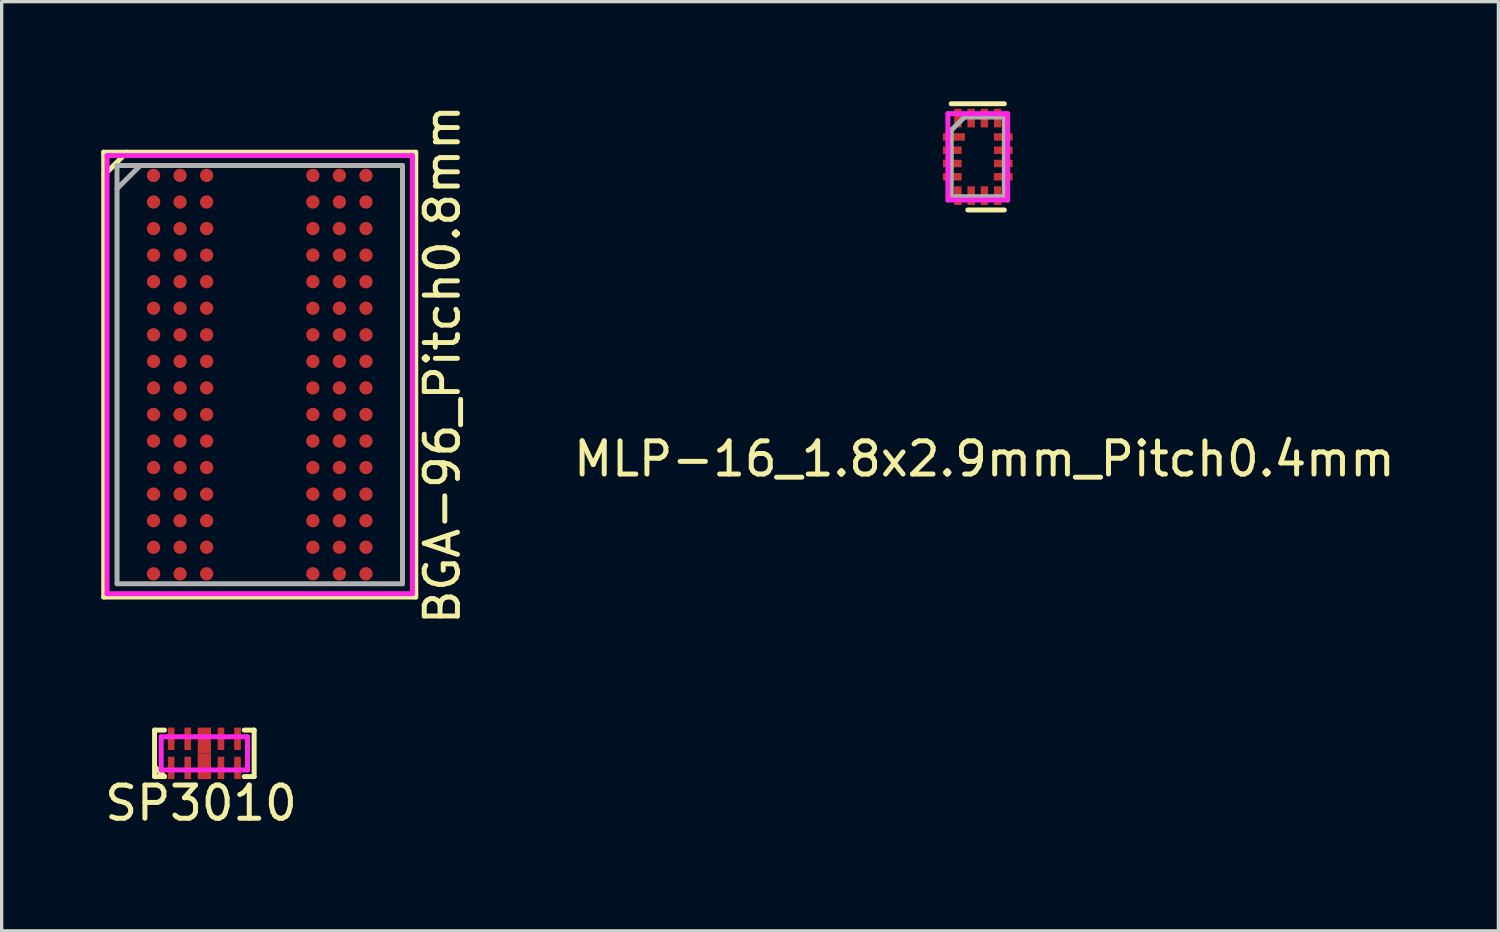
<source format=kicad_pcb>
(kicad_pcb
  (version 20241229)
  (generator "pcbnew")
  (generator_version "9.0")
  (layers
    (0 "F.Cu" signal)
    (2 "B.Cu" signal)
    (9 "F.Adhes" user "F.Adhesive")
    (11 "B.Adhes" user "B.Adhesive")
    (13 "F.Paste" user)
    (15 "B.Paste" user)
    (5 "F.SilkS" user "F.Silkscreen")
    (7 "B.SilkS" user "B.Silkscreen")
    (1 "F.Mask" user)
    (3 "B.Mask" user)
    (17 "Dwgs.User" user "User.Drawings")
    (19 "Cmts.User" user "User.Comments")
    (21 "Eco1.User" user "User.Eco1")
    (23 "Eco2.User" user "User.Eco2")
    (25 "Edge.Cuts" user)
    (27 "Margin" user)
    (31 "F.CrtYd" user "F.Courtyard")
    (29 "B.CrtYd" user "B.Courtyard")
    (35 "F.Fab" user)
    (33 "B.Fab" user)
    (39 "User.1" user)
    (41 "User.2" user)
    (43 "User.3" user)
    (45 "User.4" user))
  (footprint "MLP-16_1.8x2.9mm_Pitch0.4mm"
    (layer "F.Cu")
    (at 26.405 1.675)
    (property "Reference" "MLP-16_1.8x2.9mm_Pitch0.4mm" (at 0.2 9.1 0) (layer "F.SilkS") (effects (font (size 1 1) (thickness 0.15))))
    (attr through_hole)
    (fp_line (start -0.8 -1.6) (end 0.8 -1.6) (stroke (width 0.15) (type solid)) (layer "F.SilkS"))
    (fp_line (start -0.3 1.6) (end 0.8 1.6) (stroke (width 0.15) (type solid)) (layer "F.SilkS"))
    (fp_line (start -0.9 -1.3) (end 0.9 -1.3) (stroke (width 0.15) (type solid)) (layer "F.CrtYd"))
    (fp_line (start -0.9 1.3) (end -0.9 -1.3) (stroke (width 0.15) (type solid)) (layer "F.CrtYd"))
    (fp_line (start 0.9 -1.3) (end 0.9 1.3) (stroke (width 0.15) (type solid)) (layer "F.CrtYd"))
    (fp_line (start 0.9 1.3) (end -0.9 1.3) (stroke (width 0.15) (type solid)) (layer "F.CrtYd"))
    (fp_line (start -0.8 -0.8) (end -0.4 -1.2) (stroke (width 0.15) (type solid)) (layer "F.Fab"))
    (fp_line (start -0.8 1.2) (end -0.8 -0.8) (stroke (width 0.15) (type solid)) (layer "F.Fab"))
    (fp_line (start -0.4 -1.2) (end 0.8 -1.2) (stroke (width 0.15) (type solid)) (layer "F.Fab"))
    (fp_line (start 0.8 -1.2) (end 0.8 1.2) (stroke (width 0.15) (type solid)) (layer "F.Fab"))
    (fp_line (start 0.8 1.2) (end -0.8 1.2) (stroke (width 0.15) (type solid)) (layer "F.Fab"))
    (pad "1" smd rect (at -0.719 -0.6) (size 0.663 0.225) (layers "F.Cu" "F.Mask" "F.Paste"))
    (pad "2" smd rect (at -0.768 -0.2) (size 0.563 0.225) (layers "F.Cu" "F.Mask" "F.Paste"))
    (pad "3" smd rect (at -0.768 0.2) (size 0.563 0.225) (layers "F.Cu" "F.Mask" "F.Paste"))
    (pad "4" smd rect (at -0.768 0.6) (size 0.563 0.225) (layers "F.Cu" "F.Mask" "F.Paste"))
    (pad "5" smd rect (at -0.6 1.169 90) (size 0.563 0.225) (layers "F.Cu" "F.Mask" "F.Paste"))
    (pad "6" smd rect (at -0.2 1.169 90) (size 0.563 0.225) (layers "F.Cu" "F.Mask" "F.Paste"))
    (pad "7" smd rect (at 0.2 1.169 90) (size 0.563 0.225) (layers "F.Cu" "F.Mask" "F.Paste"))
    (pad "8" smd rect (at 0.6 1.169 90) (size 0.563 0.225) (layers "F.Cu" "F.Mask" "F.Paste"))
    (pad "9" smd rect (at 0.768 0.6) (size 0.563 0.225) (layers "F.Cu" "F.Mask" "F.Paste"))
    (pad "10" smd rect (at 0.768 0.2) (size 0.563 0.225) (layers "F.Cu" "F.Mask" "F.Paste"))
    (pad "11" smd rect (at 0.768 -0.2) (size 0.563 0.225) (layers "F.Cu" "F.Mask" "F.Paste"))
    (pad "12" smd rect (at 0.768 -0.6) (size 0.563 0.225) (layers "F.Cu" "F.Mask" "F.Paste"))
    (pad "13" smd rect (at 0.6 -1.169 90) (size 0.563 0.225) (layers "F.Cu" "F.Mask" "F.Paste"))
    (pad "14" smd rect (at 0.2 -1.169 90) (size 0.563 0.225) (layers "F.Cu" "F.Mask" "F.Paste"))
    (pad "15" smd rect (at -0.2 -1.169 90) (size 0.563 0.225) (layers "F.Cu" "F.Mask" "F.Paste"))
    (pad "16" smd rect (at -0.6 -1.169 90) (size 0.563 0.225) (layers "F.Cu" "F.Mask" "F.Paste")))
  (footprint "SP3010"
    (layer "F.Cu")
    (at 3.106 19.644)
    (property "Reference" "SP3010" (at -0.1 1.5 0) (layer "F.SilkS") (effects (font (size 1 1) (thickness 0.15))))
    (attr through_hole)
    (fp_line (start -1.5 -0.7) (end -1.2 -0.7) (stroke (width 0.15) (type solid)) (layer "F.SilkS"))
    (fp_line (start -1.5 0.4) (end -1.2 0.7) (stroke (width 0.15) (type solid)) (layer "F.SilkS"))
    (fp_line (start -1.5 0.7) (end -1.5 -0.7) (stroke (width 0.15) (type solid)) (layer "F.SilkS"))
    (fp_line (start -1.2 0.7) (end -1.5 0.7) (stroke (width 0.15) (type solid)) (layer "F.SilkS"))
    (fp_line (start 1.2 -0.7) (end 1.5 -0.7) (stroke (width 0.15) (type solid)) (layer "F.SilkS"))
    (fp_line (start 1.5 -0.7) (end 1.5 0.7) (stroke (width 0.15) (type solid)) (layer "F.SilkS"))
    (fp_line (start 1.5 0.7) (end 1.2 0.7) (stroke (width 0.15) (type solid)) (layer "F.SilkS"))
    (fp_line (start -1.3 -0.5) (end 1.3 -0.5) (stroke (width 0.15) (type solid)) (layer "F.CrtYd"))
    (fp_line (start -1.3 0.5) (end -1.3 -0.5) (stroke (width 0.15) (type solid)) (layer "F.CrtYd"))
    (fp_line (start 1.3 -0.5) (end 1.3 0.5) (stroke (width 0.15) (type solid)) (layer "F.CrtYd"))
    (fp_line (start 1.3 0.5) (end -1.3 0.5) (stroke (width 0.15) (type solid)) (layer "F.CrtYd"))
    (pad "1" smd rect (at -1 0.438) (size 0.2 0.675) (layers "F.Cu" "F.Mask" "F.Paste"))
    (pad "2" smd rect (at -0.5 0.438) (size 0.2 0.675) (layers "F.Cu" "F.Mask" "F.Paste"))
    (pad "3" smd rect (at 0 0.388) (size 0.4 0.775) (layers "F.Cu" "F.Mask" "F.Paste"))
    (pad "4" smd rect (at 0.5 0.438) (size 0.2 0.675) (layers "F.Cu" "F.Mask" "F.Paste"))
    (pad "5" smd rect (at 1 0.438) (size 0.2 0.675) (layers "F.Cu" "F.Mask" "F.Paste"))
    (pad "6" smd rect (at 1 -0.438) (size 0.2 0.675) (layers "F.Cu" "F.Mask" "F.Paste"))
    (pad "7" smd rect (at 0.5 -0.438) (size 0.2 0.675) (layers "F.Cu" "F.Mask" "F.Paste"))
    (pad "8" smd rect (at 0 -0.388) (size 0.4 0.775) (layers "F.Cu" "F.Mask" "F.Paste"))
    (pad "9" smd rect (at -0.5 -0.438) (size 0.2 0.675) (layers "F.Cu" "F.Mask" "F.Paste"))
    (pad "10" smd rect (at -1 -0.438) (size 0.2 0.675) (layers "F.Cu" "F.Mask" "F.Paste")))
  (footprint "BGA-96_Pitch0.8mm"
    (layer "F.Cu")
    (at 4.775 8.235)
    (property "Reference" "BGA-96_Pitch0.8mm" (at 5.5 -0.3 90) (layer "F.SilkS") (effects (font (size 1 1) (thickness 0.15))))
    (attr smd)
    (fp_line (start -4.7 -6.7) (end -4.7 6.7) (stroke (width 0.15) (type solid)) (layer "F.SilkS"))
    (fp_line (start -4.7 -6) (end -4 -6.7) (stroke (width 0.15) (type solid)) (layer "F.SilkS"))
    (fp_line (start -4.7 6.7) (end 4.7 6.7) (stroke (width 0.15) (type solid)) (layer "F.SilkS"))
    (fp_line (start 4.7 -6.7) (end -4.7 -6.7) (stroke (width 0.15) (type solid)) (layer "F.SilkS"))
    (fp_line (start 4.7 6.7) (end 4.7 -6.7) (stroke (width 0.15) (type solid)) (layer "F.SilkS"))
    (fp_line (start -4.6 -6.6) (end -4.6 6.6) (stroke (width 0.15) (type solid)) (layer "F.CrtYd"))
    (fp_line (start -4.6 6.6) (end 4.6 6.6) (stroke (width 0.15) (type solid)) (layer "F.CrtYd"))
    (fp_line (start 4.6 -6.6) (end -4.6 -6.6) (stroke (width 0.15) (type solid)) (layer "F.CrtYd"))
    (fp_line (start 4.6 6.6) (end 4.6 -6.6) (stroke (width 0.15) (type solid)) (layer "F.CrtYd"))
    (fp_line (start -4.3 -6.3) (end -4.3 6.3) (stroke (width 0.15) (type solid)) (layer "F.Fab"))
    (fp_line (start -4.3 6.3) (end 4.3 6.3) (stroke (width 0.15) (type solid)) (layer "F.Fab"))
    (fp_line (start -3.6 -6.3) (end -4.3 -5.6) (stroke (width 0.15) (type solid)) (layer "F.Fab"))
    (fp_line (start 4.3 -6.3) (end -4.3 -6.3) (stroke (width 0.15) (type solid)) (layer "F.Fab"))
    (fp_line (start 4.3 6.3) (end 4.3 -6.3) (stroke (width 0.15) (type solid)) (layer "F.Fab"))
    (pad "A1" smd circle (at -3.2 -6) (size 0.4 0.4) (layers "F.Cu" "F.Mask" "F.Paste"))
    (pad "A2" smd circle (at -2.4 -6) (size 0.4 0.4) (layers "F.Cu" "F.Mask" "F.Paste"))
    (pad "A3" smd circle (at -1.6 -6) (size 0.4 0.4) (layers "F.Cu" "F.Mask" "F.Paste"))
    (pad "A7" smd circle (at 1.6 -6) (size 0.4 0.4) (layers "F.Cu" "F.Mask" "F.Paste"))
    (pad "A8" smd circle (at 2.4 -6) (size 0.4 0.4) (layers "F.Cu" "F.Mask" "F.Paste"))
    (pad "A9" smd circle (at 3.2 -6) (size 0.4 0.4) (layers "F.Cu" "F.Mask" "F.Paste"))
    (pad "B1" smd circle (at -3.2 -5.2) (size 0.4 0.4) (layers "F.Cu" "F.Mask" "F.Paste"))
    (pad "B2" smd circle (at -2.4 -5.2) (size 0.4 0.4) (layers "F.Cu" "F.Mask" "F.Paste"))
    (pad "B3" smd circle (at -1.6 -5.2) (size 0.4 0.4) (layers "F.Cu" "F.Mask" "F.Paste"))
    (pad "B7" smd circle (at 1.6 -5.2) (size 0.4 0.4) (layers "F.Cu" "F.Mask" "F.Paste"))
    (pad "B8" smd circle (at 2.4 -5.2) (size 0.4 0.4) (layers "F.Cu" "F.Mask" "F.Paste"))
    (pad "B9" smd circle (at 3.2 -5.2) (size 0.4 0.4) (layers "F.Cu" "F.Mask" "F.Paste"))
    (pad "C1" smd circle (at -3.2 -4.4) (size 0.4 0.4) (layers "F.Cu" "F.Mask" "F.Paste"))
    (pad "C2" smd circle (at -2.4 -4.4) (size 0.4 0.4) (layers "F.Cu" "F.Mask" "F.Paste"))
    (pad "C3" smd circle (at -1.6 -4.4) (size 0.4 0.4) (layers "F.Cu" "F.Mask" "F.Paste"))
    (pad "C7" smd circle (at 1.6 -4.4) (size 0.4 0.4) (layers "F.Cu" "F.Mask" "F.Paste"))
    (pad "C8" smd circle (at 2.4 -4.4) (size 0.4 0.4) (layers "F.Cu" "F.Mask" "F.Paste"))
    (pad "C9" smd circle (at 3.2 -4.4) (size 0.4 0.4) (layers "F.Cu" "F.Mask" "F.Paste"))
    (pad "D1" smd circle (at -3.2 -3.6) (size 0.4 0.4) (layers "F.Cu" "F.Mask" "F.Paste"))
    (pad "D2" smd circle (at -2.4 -3.6) (size 0.4 0.4) (layers "F.Cu" "F.Mask" "F.Paste"))
    (pad "D3" smd circle (at -1.6 -3.6) (size 0.4 0.4) (layers "F.Cu" "F.Mask" "F.Paste"))
    (pad "D7" smd circle (at 1.6 -3.6) (size 0.4 0.4) (layers "F.Cu" "F.Mask" "F.Paste"))
    (pad "D8" smd circle (at 2.4 -3.6) (size 0.4 0.4) (layers "F.Cu" "F.Mask" "F.Paste"))
    (pad "D9" smd circle (at 3.2 -3.6) (size 0.4 0.4) (layers "F.Cu" "F.Mask" "F.Paste"))
    (pad "E1" smd circle (at -3.2 -2.8) (size 0.4 0.4) (layers "F.Cu" "F.Mask" "F.Paste"))
    (pad "E2" smd circle (at -2.4 -2.8) (size 0.4 0.4) (layers "F.Cu" "F.Mask" "F.Paste"))
    (pad "E3" smd circle (at -1.6 -2.8) (size 0.4 0.4) (layers "F.Cu" "F.Mask" "F.Paste"))
    (pad "E7" smd circle (at 1.6 -2.8) (size 0.4 0.4) (layers "F.Cu" "F.Mask" "F.Paste"))
    (pad "E8" smd circle (at 2.4 -2.8) (size 0.4 0.4) (layers "F.Cu" "F.Mask" "F.Paste"))
    (pad "E9" smd circle (at 3.2 -2.8) (size 0.4 0.4) (layers "F.Cu" "F.Mask" "F.Paste"))
    (pad "F1" smd circle (at -3.2 -2) (size 0.4 0.4) (layers "F.Cu" "F.Mask" "F.Paste"))
    (pad "F2" smd circle (at -2.4 -2) (size 0.4 0.4) (layers "F.Cu" "F.Mask" "F.Paste"))
    (pad "F3" smd circle (at -1.6 -2) (size 0.4 0.4) (layers "F.Cu" "F.Mask" "F.Paste"))
    (pad "F7" smd circle (at 1.6 -2) (size 0.4 0.4) (layers "F.Cu" "F.Mask" "F.Paste"))
    (pad "F8" smd circle (at 2.4 -2) (size 0.4 0.4) (layers "F.Cu" "F.Mask" "F.Paste"))
    (pad "F9" smd circle (at 3.2 -2) (size 0.4 0.4) (layers "F.Cu" "F.Mask" "F.Paste"))
    (pad "G1" smd circle (at -3.2 -1.2) (size 0.4 0.4) (layers "F.Cu" "F.Mask" "F.Paste"))
    (pad "G2" smd circle (at -2.4 -1.2) (size 0.4 0.4) (layers "F.Cu" "F.Mask" "F.Paste"))
    (pad "G3" smd circle (at -1.6 -1.2) (size 0.4 0.4) (layers "F.Cu" "F.Mask" "F.Paste"))
    (pad "G7" smd circle (at 1.6 -1.2) (size 0.4 0.4) (layers "F.Cu" "F.Mask" "F.Paste"))
    (pad "G8" smd circle (at 2.4 -1.2) (size 0.4 0.4) (layers "F.Cu" "F.Mask" "F.Paste"))
    (pad "G9" smd circle (at 3.2 -1.2) (size 0.4 0.4) (layers "F.Cu" "F.Mask" "F.Paste"))
    (pad "H1" smd circle (at -3.2 -0.4) (size 0.4 0.4) (layers "F.Cu" "F.Mask" "F.Paste"))
    (pad "H2" smd circle (at -2.4 -0.4) (size 0.4 0.4) (layers "F.Cu" "F.Mask" "F.Paste"))
    (pad "H3" smd circle (at -1.6 -0.4) (size 0.4 0.4) (layers "F.Cu" "F.Mask" "F.Paste"))
    (pad "H7" smd circle (at 1.6 -0.4) (size 0.4 0.4) (layers "F.Cu" "F.Mask" "F.Paste"))
    (pad "H8" smd circle (at 2.4 -0.4) (size 0.4 0.4) (layers "F.Cu" "F.Mask" "F.Paste"))
    (pad "H9" smd circle (at 3.2 -0.4) (size 0.4 0.4) (layers "F.Cu" "F.Mask" "F.Paste"))
    (pad "J1" smd circle (at -3.2 0.4) (size 0.4 0.4) (layers "F.Cu" "F.Mask" "F.Paste"))
    (pad "J2" smd circle (at -2.4 0.4) (size 0.4 0.4) (layers "F.Cu" "F.Mask" "F.Paste"))
    (pad "J3" smd circle (at -1.6 0.4) (size 0.4 0.4) (layers "F.Cu" "F.Mask" "F.Paste"))
    (pad "J7" smd circle (at 1.6 0.4) (size 0.4 0.4) (layers "F.Cu" "F.Mask" "F.Paste"))
    (pad "J8" smd circle (at 2.4 0.4) (size 0.4 0.4) (layers "F.Cu" "F.Mask" "F.Paste"))
    (pad "J9" smd circle (at 3.2 0.4) (size 0.4 0.4) (layers "F.Cu" "F.Mask" "F.Paste"))
    (pad "K1" smd circle (at -3.2 1.2) (size 0.4 0.4) (layers "F.Cu" "F.Mask" "F.Paste"))
    (pad "K2" smd circle (at -2.4 1.2) (size 0.4 0.4) (layers "F.Cu" "F.Mask" "F.Paste"))
    (pad "K3" smd circle (at -1.6 1.2) (size 0.4 0.4) (layers "F.Cu" "F.Mask" "F.Paste"))
    (pad "K7" smd circle (at 1.6 1.2) (size 0.4 0.4) (layers "F.Cu" "F.Mask" "F.Paste"))
    (pad "K8" smd circle (at 2.4 1.2) (size 0.4 0.4) (layers "F.Cu" "F.Mask" "F.Paste"))
    (pad "K9" smd circle (at 3.2 1.2) (size 0.4 0.4) (layers "F.Cu" "F.Mask" "F.Paste"))
    (pad "L1" smd circle (at -3.2 2) (size 0.4 0.4) (layers "F.Cu" "F.Mask" "F.Paste"))
    (pad "L2" smd circle (at -2.4 2) (size 0.4 0.4) (layers "F.Cu" "F.Mask" "F.Paste"))
    (pad "L3" smd circle (at -1.6 2) (size 0.4 0.4) (layers "F.Cu" "F.Mask" "F.Paste"))
    (pad "L7" smd circle (at 1.6 2) (size 0.4 0.4) (layers "F.Cu" "F.Mask" "F.Paste"))
    (pad "L8" smd circle (at 2.4 2) (size 0.4 0.4) (layers "F.Cu" "F.Mask" "F.Paste"))
    (pad "L9" smd circle (at 3.2 2) (size 0.4 0.4) (layers "F.Cu" "F.Mask" "F.Paste"))
    (pad "M1" smd circle (at -3.2 2.8) (size 0.4 0.4) (layers "F.Cu" "F.Mask" "F.Paste"))
    (pad "M2" smd circle (at -2.4 2.8) (size 0.4 0.4) (layers "F.Cu" "F.Mask" "F.Paste"))
    (pad "M3" smd circle (at -1.6 2.8) (size 0.4 0.4) (layers "F.Cu" "F.Mask" "F.Paste"))
    (pad "M7" smd circle (at 1.6 2.8) (size 0.4 0.4) (layers "F.Cu" "F.Mask" "F.Paste"))
    (pad "M8" smd circle (at 2.4 2.8) (size 0.4 0.4) (layers "F.Cu" "F.Mask" "F.Paste"))
    (pad "M9" smd circle (at 3.2 2.8) (size 0.4 0.4) (layers "F.Cu" "F.Mask" "F.Paste"))
    (pad "N1" smd circle (at -3.2 3.6) (size 0.4 0.4) (layers "F.Cu" "F.Mask" "F.Paste"))
    (pad "N2" smd circle (at -2.4 3.6) (size 0.4 0.4) (layers "F.Cu" "F.Mask" "F.Paste"))
    (pad "N3" smd circle (at -1.6 3.6) (size 0.4 0.4) (layers "F.Cu" "F.Mask" "F.Paste"))
    (pad "N7" smd circle (at 1.6 3.6) (size 0.4 0.4) (layers "F.Cu" "F.Mask" "F.Paste"))
    (pad "N8" smd circle (at 2.4 3.6) (size 0.4 0.4) (layers "F.Cu" "F.Mask" "F.Paste"))
    (pad "N9" smd circle (at 3.2 3.6) (size 0.4 0.4) (layers "F.Cu" "F.Mask" "F.Paste"))
    (pad "P1" smd circle (at -3.2 4.4) (size 0.4 0.4) (layers "F.Cu" "F.Mask" "F.Paste"))
    (pad "P2" smd circle (at -2.4 4.4) (size 0.4 0.4) (layers "F.Cu" "F.Mask" "F.Paste"))
    (pad "P3" smd circle (at -1.6 4.4) (size 0.4 0.4) (layers "F.Cu" "F.Mask" "F.Paste"))
    (pad "P7" smd circle (at 1.6 4.4) (size 0.4 0.4) (layers "F.Cu" "F.Mask" "F.Paste"))
    (pad "P8" smd circle (at 2.4 4.4) (size 0.4 0.4) (layers "F.Cu" "F.Mask" "F.Paste"))
    (pad "P9" smd circle (at 3.2 4.4) (size 0.4 0.4) (layers "F.Cu" "F.Mask" "F.Paste"))
    (pad "R1" smd circle (at -3.2 5.2) (size 0.4 0.4) (layers "F.Cu" "F.Mask" "F.Paste"))
    (pad "R2" smd circle (at -2.4 5.2) (size 0.4 0.4) (layers "F.Cu" "F.Mask" "F.Paste"))
    (pad "R3" smd circle (at -1.6 5.2) (size 0.4 0.4) (layers "F.Cu" "F.Mask" "F.Paste"))
    (pad "R7" smd circle (at 1.6 5.2) (size 0.4 0.4) (layers "F.Cu" "F.Mask" "F.Paste"))
    (pad "R8" smd circle (at 2.4 5.2) (size 0.4 0.4) (layers "F.Cu" "F.Mask" "F.Paste"))
    (pad "R9" smd circle (at 3.2 5.2) (size 0.4 0.4) (layers "F.Cu" "F.Mask" "F.Paste"))
    (pad "T1" smd circle (at -3.2 6) (size 0.4 0.4) (layers "F.Cu" "F.Mask" "F.Paste"))
    (pad "T2" smd circle (at -2.4 6) (size 0.4 0.4) (layers "F.Cu" "F.Mask" "F.Paste"))
    (pad "T3" smd circle (at -1.6 6) (size 0.4 0.4) (layers "F.Cu" "F.Mask" "F.Paste"))
    (pad "T7" smd circle (at 1.6 6) (size 0.4 0.4) (layers "F.Cu" "F.Mask" "F.Paste"))
    (pad "T8" smd circle (at 2.4 6) (size 0.4 0.4) (layers "F.Cu" "F.Mask" "F.Paste"))
    (pad "T9" smd circle (at 3.2 6) (size 0.4 0.4) (layers "F.Cu" "F.Mask" "F.Paste")))
  (gr_rect
    (start -3 -3)
    (end 42.088 24.992)
    (stroke (width 0.1) (type default))
    (fill no)
    (layer "Edge.Cuts")))
</source>
